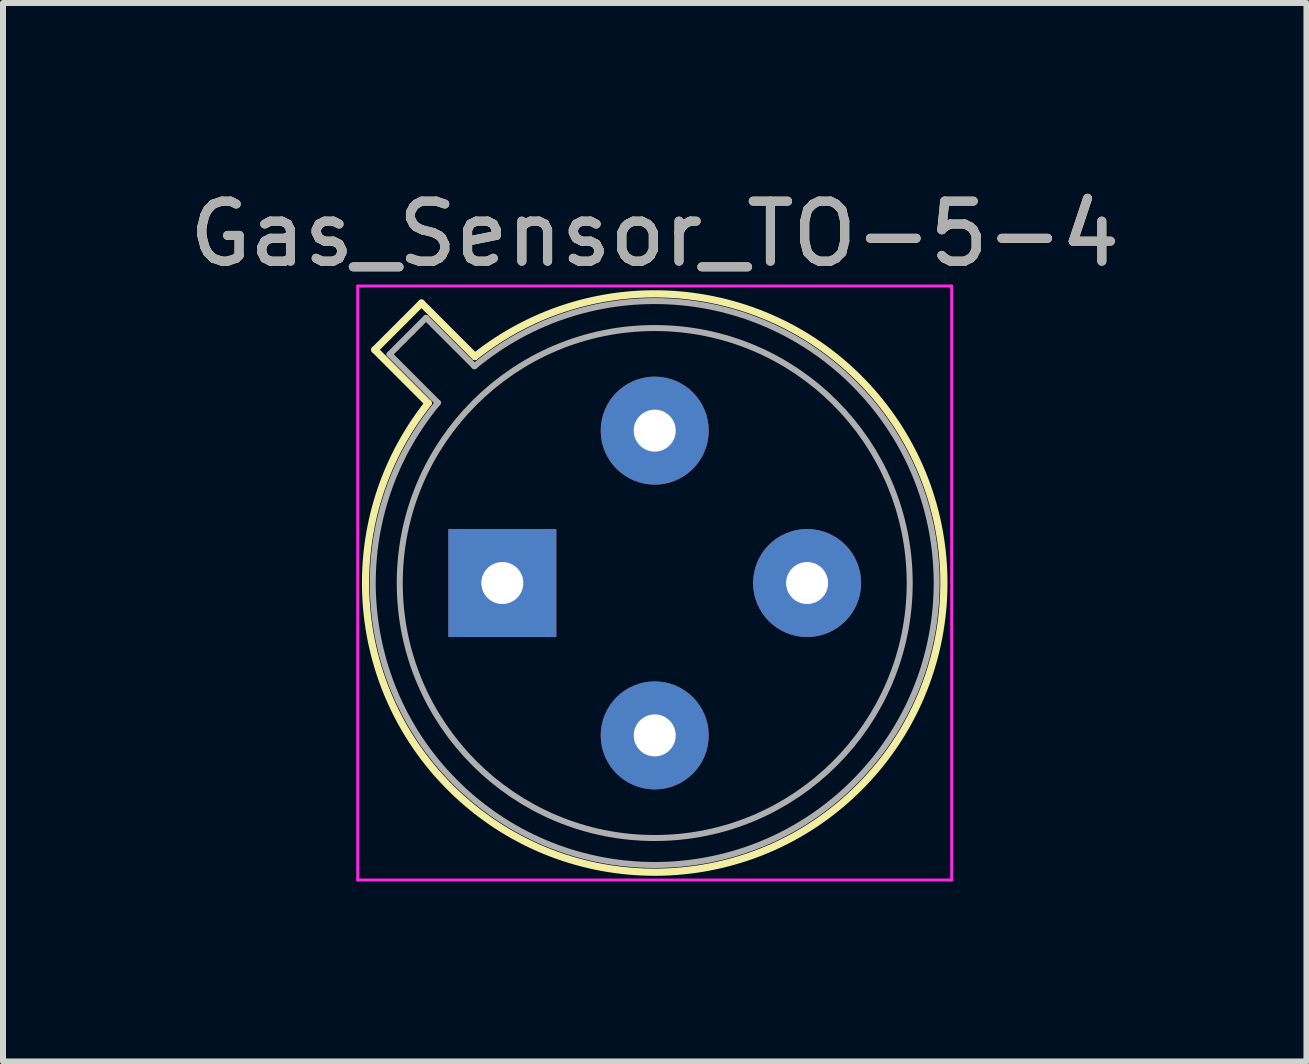
<source format=kicad_pcb>
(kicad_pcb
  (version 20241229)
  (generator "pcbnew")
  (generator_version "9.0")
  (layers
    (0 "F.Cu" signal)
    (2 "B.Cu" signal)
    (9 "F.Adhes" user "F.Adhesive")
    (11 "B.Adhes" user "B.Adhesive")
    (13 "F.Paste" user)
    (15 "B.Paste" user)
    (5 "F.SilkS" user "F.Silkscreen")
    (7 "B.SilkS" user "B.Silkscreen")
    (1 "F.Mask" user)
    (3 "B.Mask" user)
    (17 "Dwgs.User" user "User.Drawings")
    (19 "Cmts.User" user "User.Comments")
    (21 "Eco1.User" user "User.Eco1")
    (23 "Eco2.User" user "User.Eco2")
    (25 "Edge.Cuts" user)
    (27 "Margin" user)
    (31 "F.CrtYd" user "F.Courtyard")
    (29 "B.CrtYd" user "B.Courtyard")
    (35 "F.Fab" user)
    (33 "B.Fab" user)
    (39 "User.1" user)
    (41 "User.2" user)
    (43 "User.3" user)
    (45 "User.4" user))
  (footprint "Gas_Sensor_TO-5-4"
    (layer "F.Cu")
    (at 5.323 6.668)
    (property "Reference" "Gas_Sensor_TO-5-4" (at 2.54 -5.82 0) (layer "F.SilkS") (effects (font (size 1 1) (thickness 0.15))))
    (attr through_hole)
    (fp_line (start -2.126 -3.888) (end -1.235 -2.997) (stroke (width 0.12) (type solid)) (layer "F.SilkS"))
    (fp_line (start -1.348 -4.666) (end -2.126 -3.888) (stroke (width 0.12) (type solid)) (layer "F.SilkS"))
    (fp_line (start -0.457 -3.775) (end -1.348 -4.666) (stroke (width 0.12) (type solid)) (layer "F.SilkS"))
    (fp_arc (start -0.457084 -3.774902) (mid 5.948125 3.408384) (end -1.234674 -2.997371) (stroke (width 0.12) (type solid)) (layer "F.SilkS"))
    (fp_line (start -2.41 -4.95) (end -2.41 4.95) (stroke (width 0.05) (type solid)) (layer "F.CrtYd"))
    (fp_line (start -2.41 4.95) (end 7.49 4.95) (stroke (width 0.05) (type solid)) (layer "F.CrtYd"))
    (fp_line (start 7.49 -4.95) (end -2.41 -4.95) (stroke (width 0.05) (type solid)) (layer "F.CrtYd"))
    (fp_line (start 7.49 4.95) (end 7.49 -4.95) (stroke (width 0.05) (type solid)) (layer "F.CrtYd"))
    (fp_line (start -1.88 -3.812) (end -1.074 -3.005) (stroke (width 0.1) (type solid)) (layer "F.Fab"))
    (fp_line (start -1.272 -4.42) (end -1.88 -3.812) (stroke (width 0.1) (type solid)) (layer "F.Fab"))
    (fp_line (start -0.465 -3.614) (end -1.272 -4.42) (stroke (width 0.1) (type solid)) (layer "F.Fab"))
    (fp_arc (start -0.465408 -3.61352) (mid 5.863443 3.323361) (end -1.073594 -3.005319) (stroke (width 0.1) (type solid)) (layer "F.Fab"))
    (fp_circle (center 2.54 0) (end 6.79 0) (stroke (width 0.1) (type solid)) (fill no) (layer "F.Fab"))
    (fp_text user "${REFERENCE}" (at 2.54 -5.82 0) (layer "F.Fab") (effects (font (size 1 1) (thickness 0.15))))
    (pad "1" thru_hole rect (at 0 0) (size 1.8 1.8) (drill 0.7) (layers "*.Cu" "*.Mask"))
    (pad "2" thru_hole circle (at 2.54 2.54) (size 1.8 1.8) (drill 0.7) (layers "*.Cu" "*.Mask"))
    (pad "3" thru_hole circle (at 5.08 0) (size 1.8 1.8) (drill 0.7) (layers "*.Cu" "*.Mask"))
    (pad "4" thru_hole circle (at 2.54 -2.54) (size 1.8 1.8) (drill 0.7) (layers "*.Cu" "*.Mask")))
  (gr_rect
    (start -3 -3)
    (end 18.726 14.643)
    (stroke (width 0.1) (type default))
    (fill no)
    (layer "Edge.Cuts")))
</source>
